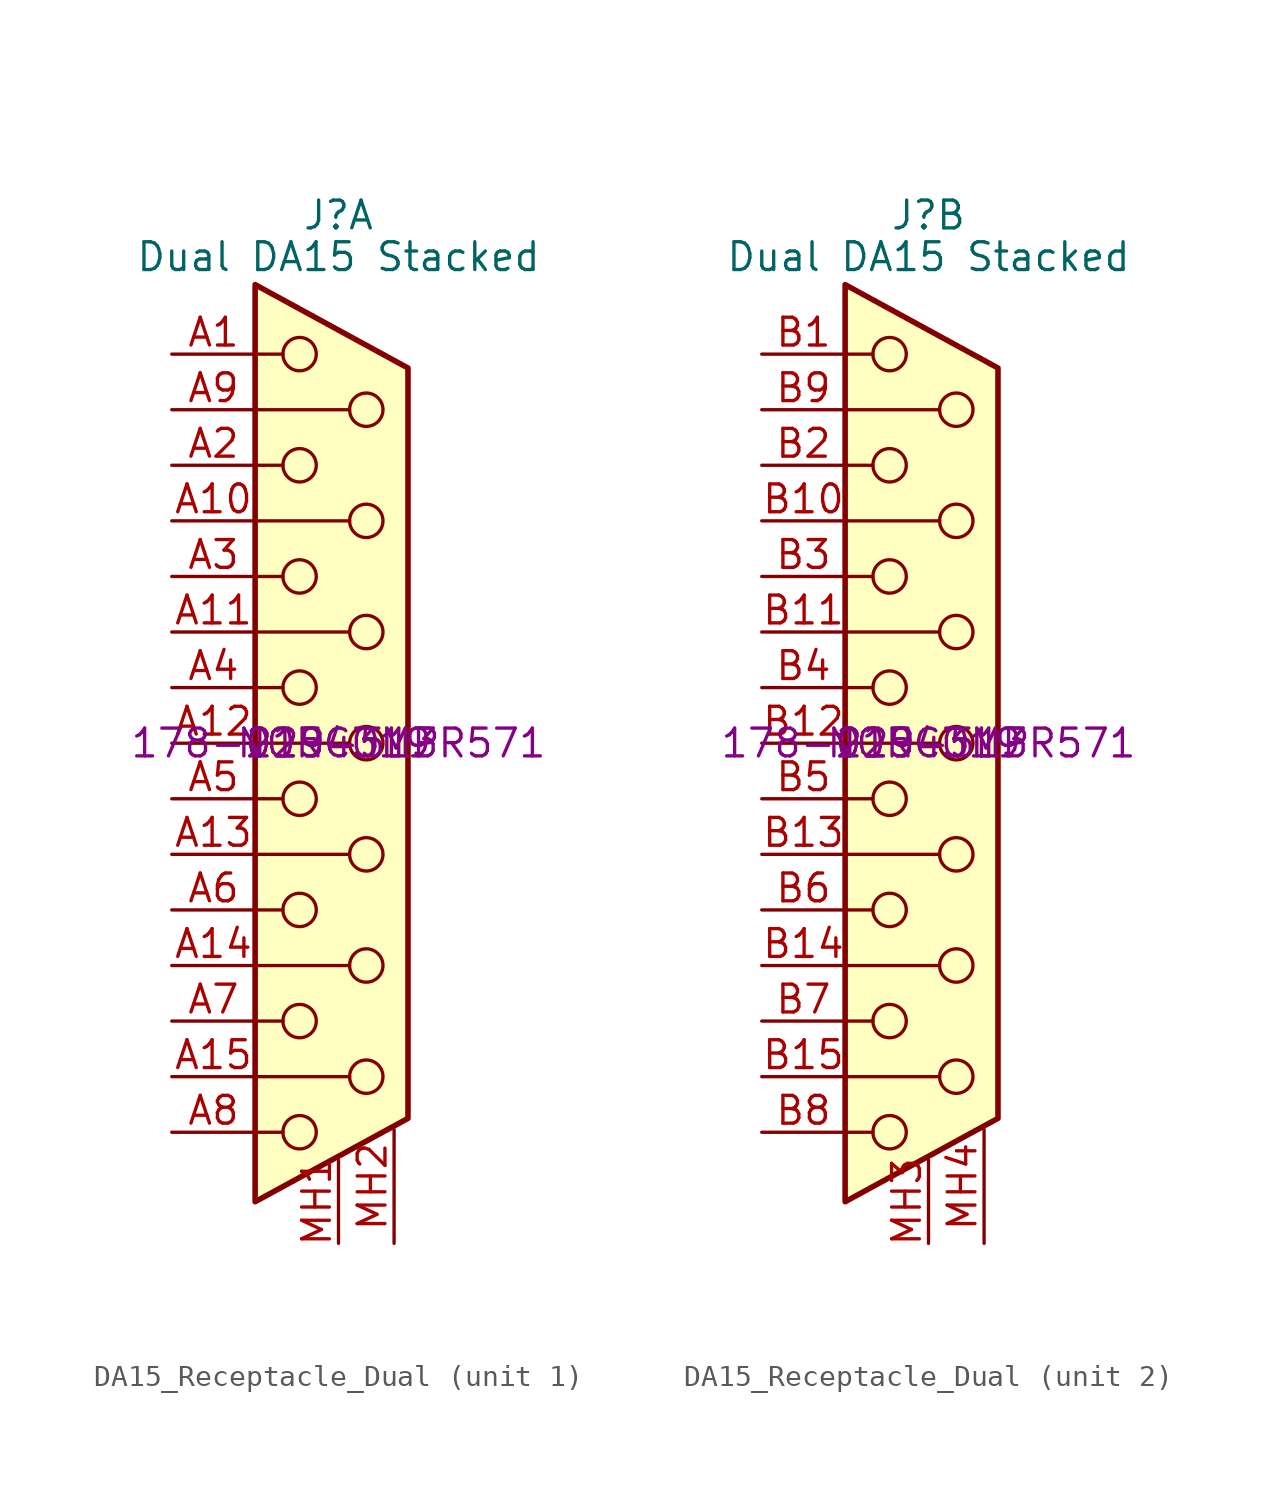
<source format=kicad_sym>
(kicad_symbol_lib
  (version 20220914)
  (generator kicad_symbol_editor)
  (symbol "DA15_Receptacle_Dual"
    (pin_names
      (offset 1.016) hide)
    (property "Reference" "J"
      (at 0 24.13 0)
      (effects (font (size 1.27 1.27))))
    (property "Value" "Dual DA15 Stacked"
      (at 0 22.225 0)
      (effects (font (size 1.27 1.27))))
    (property "Farnell PN" "2294319"
      (at 0 0 0)
      (effects (font (size 1.27 1.27))))
    (property "MPN" "178-015-513R571"
      (at 0 0 0)
      (effects (font (size 1.27 1.27))))
    (property "Manufacturer" "NORCOMP"
      (at 0 0 0)
      (effects (font (size 1.27 1.27))))
    (property "ki_locked" ""
      (at 0 0 0)
      (effects (font (size 1.27 1.27))))
    (symbol "DA15_Receptacle_Dual_0_1"
      (circle (center -1.778 -17.78) (radius 0.762) (stroke (width 0) (type default)) (fill (type none)))
      (circle (center -1.778 -12.7) (radius 0.762) (stroke (width 0) (type default)) (fill (type none)))
      (circle (center -1.778 -7.62) (radius 0.762) (stroke (width 0) (type default)) (fill (type none)))
      (circle (center -1.778 -2.54) (radius 0.762) (stroke (width 0) (type default)) (fill (type none)))
      (circle (center -1.778 2.54) (radius 0.762) (stroke (width 0) (type default)) (fill (type none)))
      (circle (center -1.778 7.62) (radius 0.762) (stroke (width 0) (type default)) (fill (type none)))
      (circle (center -1.778 12.7) (radius 0.762) (stroke (width 0) (type default)) (fill (type none)))
      (circle (center -1.778 17.78) (radius 0.762) (stroke (width 0) (type default)) (fill (type none)))
      (polyline (pts (xy -3.81 -17.78) (xy -2.54 -17.78)) (stroke (width 0) (type default)) (fill (type none)))
      (polyline (pts (xy -3.81 -15.24) (xy 0.508 -15.24)) (stroke (width 0) (type default)) (fill (type none)))
      (polyline (pts (xy -3.81 -12.7) (xy -2.54 -12.7)) (stroke (width 0) (type default)) (fill (type none)))
      (polyline (pts (xy -3.81 -10.16) (xy 0.508 -10.16)) (stroke (width 0) (type default)) (fill (type none)))
      (polyline (pts (xy -3.81 -7.62) (xy -2.54 -7.62)) (stroke (width 0) (type default)) (fill (type none)))
      (polyline (pts (xy -3.81 -5.08) (xy 0.508 -5.08)) (stroke (width 0) (type default)) (fill (type none)))
      (polyline (pts (xy -3.81 -2.54) (xy -2.54 -2.54)) (stroke (width 0) (type default)) (fill (type none)))
      (polyline (pts (xy -3.81 0) (xy 0.508 0)) (stroke (width 0) (type default)) (fill (type none)))
      (polyline (pts (xy -3.81 2.54) (xy -2.54 2.54)) (stroke (width 0) (type default)) (fill (type none)))
      (polyline (pts (xy -3.81 5.08) (xy 0.508 5.08)) (stroke (width 0) (type default)) (fill (type none)))
      (polyline (pts (xy -3.81 7.62) (xy -2.54 7.62)) (stroke (width 0) (type default)) (fill (type none)))
      (polyline (pts (xy -3.81 10.16) (xy 0.508 10.16)) (stroke (width 0) (type default)) (fill (type none)))
      (polyline (pts (xy -3.81 12.7) (xy -2.54 12.7)) (stroke (width 0) (type default)) (fill (type none)))
      (polyline (pts (xy -3.81 15.24) (xy 0.508 15.24)) (stroke (width 0) (type default)) (fill (type none)))
      (polyline (pts (xy -3.81 17.78) (xy -2.54 17.78)) (stroke (width 0) (type default)) (fill (type none)))
      (polyline (pts (xy -3.81 20.955) (xy 3.175 17.145) (xy 3.175 -17.145) (xy -3.81 -20.955) (xy -3.81 20.955)) (stroke (width 0.254) (type default)) (fill (type background)))
      (circle (center 1.27 -15.24) (radius 0.762) (stroke (width 0) (type default)) (fill (type none)))
      (circle (center 1.27 -10.16) (radius 0.762) (stroke (width 0) (type default)) (fill (type none)))
      (circle (center 1.27 -5.08) (radius 0.762) (stroke (width 0) (type default)) (fill (type none)))
      (circle (center 1.27 0) (radius 0.762) (stroke (width 0) (type default)) (fill (type none)))
      (circle (center 1.27 5.08) (radius 0.762) (stroke (width 0) (type default)) (fill (type none)))
      (circle (center 1.27 10.16) (radius 0.762) (stroke (width 0) (type default)) (fill (type none)))
      (circle (center 1.27 15.24) (radius 0.762) (stroke (width 0) (type default)) (fill (type none))))
    (symbol "DA15_Receptacle_Dual_1_1"
      (pin passive line (at -7.62 17.78 0) (length 3.81) (name "A1" (effects (font (size 1.27 1.27)))) (number "A1" (effects (font (size 1.27 1.27)))))
      (pin passive line (at -7.62 10.16 0) (length 3.81) (name "A10" (effects (font (size 1.27 1.27)))) (number "A10" (effects (font (size 1.27 1.27)))))
      (pin passive line (at -7.62 5.08 0) (length 3.81) (name "A11" (effects (font (size 1.27 1.27)))) (number "A11" (effects (font (size 1.27 1.27)))))
      (pin passive line (at -7.62 0 0) (length 3.81) (name "A12" (effects (font (size 1.27 1.27)))) (number "A12" (effects (font (size 1.27 1.27)))))
      (pin passive line (at -7.62 -5.08 0) (length 3.81) (name "A13" (effects (font (size 1.27 1.27)))) (number "A13" (effects (font (size 1.27 1.27)))))
      (pin passive line (at -7.62 -10.16 0) (length 3.81) (name "A14" (effects (font (size 1.27 1.27)))) (number "A14" (effects (font (size 1.27 1.27)))))
      (pin passive line (at -7.62 -15.24 0) (length 3.81) (name "A15" (effects (font (size 1.27 1.27)))) (number "A15" (effects (font (size 1.27 1.27)))))
      (pin passive line (at -7.62 12.7 0) (length 3.81) (name "A2" (effects (font (size 1.27 1.27)))) (number "A2" (effects (font (size 1.27 1.27)))))
      (pin passive line (at -7.62 7.62 0) (length 3.81) (name "A3" (effects (font (size 1.27 1.27)))) (number "A3" (effects (font (size 1.27 1.27)))))
      (pin passive line (at -7.62 2.54 0) (length 3.81) (name "A4" (effects (font (size 1.27 1.27)))) (number "A4" (effects (font (size 1.27 1.27)))))
      (pin passive line (at -7.62 -2.54 0) (length 3.81) (name "A5" (effects (font (size 1.27 1.27)))) (number "A5" (effects (font (size 1.27 1.27)))))
      (pin passive line (at -7.62 -7.62 0) (length 3.81) (name "A6" (effects (font (size 1.27 1.27)))) (number "A6" (effects (font (size 1.27 1.27)))))
      (pin passive line (at -7.62 -12.7 0) (length 3.81) (name "A7" (effects (font (size 1.27 1.27)))) (number "A7" (effects (font (size 1.27 1.27)))))
      (pin passive line (at -7.62 -17.78 0) (length 3.81) (name "A8" (effects (font (size 1.27 1.27)))) (number "A8" (effects (font (size 1.27 1.27)))))
      (pin passive line (at -7.62 15.24 0) (length 3.81) (name "A9" (effects (font (size 1.27 1.27)))) (number "A9" (effects (font (size 1.27 1.27)))))
      (pin passive line (at 0 -22.86 90) (length 3.81) (name "MH1" (effects (font (size 1.27 1.27)))) (number "MH1" (effects (font (size 1.27 1.27)))))
      (pin passive line (at 2.54 -22.86 90) (length 5.2) (name "MH2" (effects (font (size 1.27 1.27)))) (number "MH2" (effects (font (size 1.27 1.27))))))
    (symbol "DA15_Receptacle_Dual_2_1"
      (pin passive line (at -7.62 17.78 0) (length 3.81) (name "B1" (effects (font (size 1.27 1.27)))) (number "B1" (effects (font (size 1.27 1.27)))))
      (pin passive line (at -7.62 10.16 0) (length 3.81) (name "B10" (effects (font (size 1.27 1.27)))) (number "B10" (effects (font (size 1.27 1.27)))))
      (pin passive line (at -7.62 5.08 0) (length 3.81) (name "B11" (effects (font (size 1.27 1.27)))) (number "B11" (effects (font (size 1.27 1.27)))))
      (pin passive line (at -7.62 0 0) (length 3.81) (name "B12" (effects (font (size 1.27 1.27)))) (number "B12" (effects (font (size 1.27 1.27)))))
      (pin passive line (at -7.62 -5.08 0) (length 3.81) (name "B13" (effects (font (size 1.27 1.27)))) (number "B13" (effects (font (size 1.27 1.27)))))
      (pin passive line (at -7.62 -10.16 0) (length 3.81) (name "B14" (effects (font (size 1.27 1.27)))) (number "B14" (effects (font (size 1.27 1.27)))))
      (pin passive line (at -7.62 -15.24 0) (length 3.81) (name "B15" (effects (font (size 1.27 1.27)))) (number "B15" (effects (font (size 1.27 1.27)))))
      (pin passive line (at -7.62 12.7 0) (length 3.81) (name "B2" (effects (font (size 1.27 1.27)))) (number "B2" (effects (font (size 1.27 1.27)))))
      (pin passive line (at -7.62 7.62 0) (length 3.81) (name "B3" (effects (font (size 1.27 1.27)))) (number "B3" (effects (font (size 1.27 1.27)))))
      (pin passive line (at -7.62 2.54 0) (length 3.81) (name "B4" (effects (font (size 1.27 1.27)))) (number "B4" (effects (font (size 1.27 1.27)))))
      (pin passive line (at -7.62 -2.54 0) (length 3.81) (name "B5" (effects (font (size 1.27 1.27)))) (number "B5" (effects (font (size 1.27 1.27)))))
      (pin passive line (at -7.62 -7.62 0) (length 3.81) (name "B6" (effects (font (size 1.27 1.27)))) (number "B6" (effects (font (size 1.27 1.27)))))
      (pin passive line (at -7.62 -12.7 0) (length 3.81) (name "B7" (effects (font (size 1.27 1.27)))) (number "B7" (effects (font (size 1.27 1.27)))))
      (pin passive line (at -7.62 -17.78 0) (length 3.81) (name "B8" (effects (font (size 1.27 1.27)))) (number "B8" (effects (font (size 1.27 1.27)))))
      (pin passive line (at -7.62 15.24 0) (length 3.81) (name "B9" (effects (font (size 1.27 1.27)))) (number "B9" (effects (font (size 1.27 1.27)))))
      (pin passive line (at 0 -22.86 90) (length 3.81) (name "MH3" (effects (font (size 1.27 1.27)))) (number "MH3" (effects (font (size 1.27 1.27)))))
      (pin passive line (at 2.54 -22.86 90) (length 5.2) (name "MH4" (effects (font (size 1.27 1.27)))) (number "MH4" (effects (font (size 1.27 1.27))))))))
</source>
